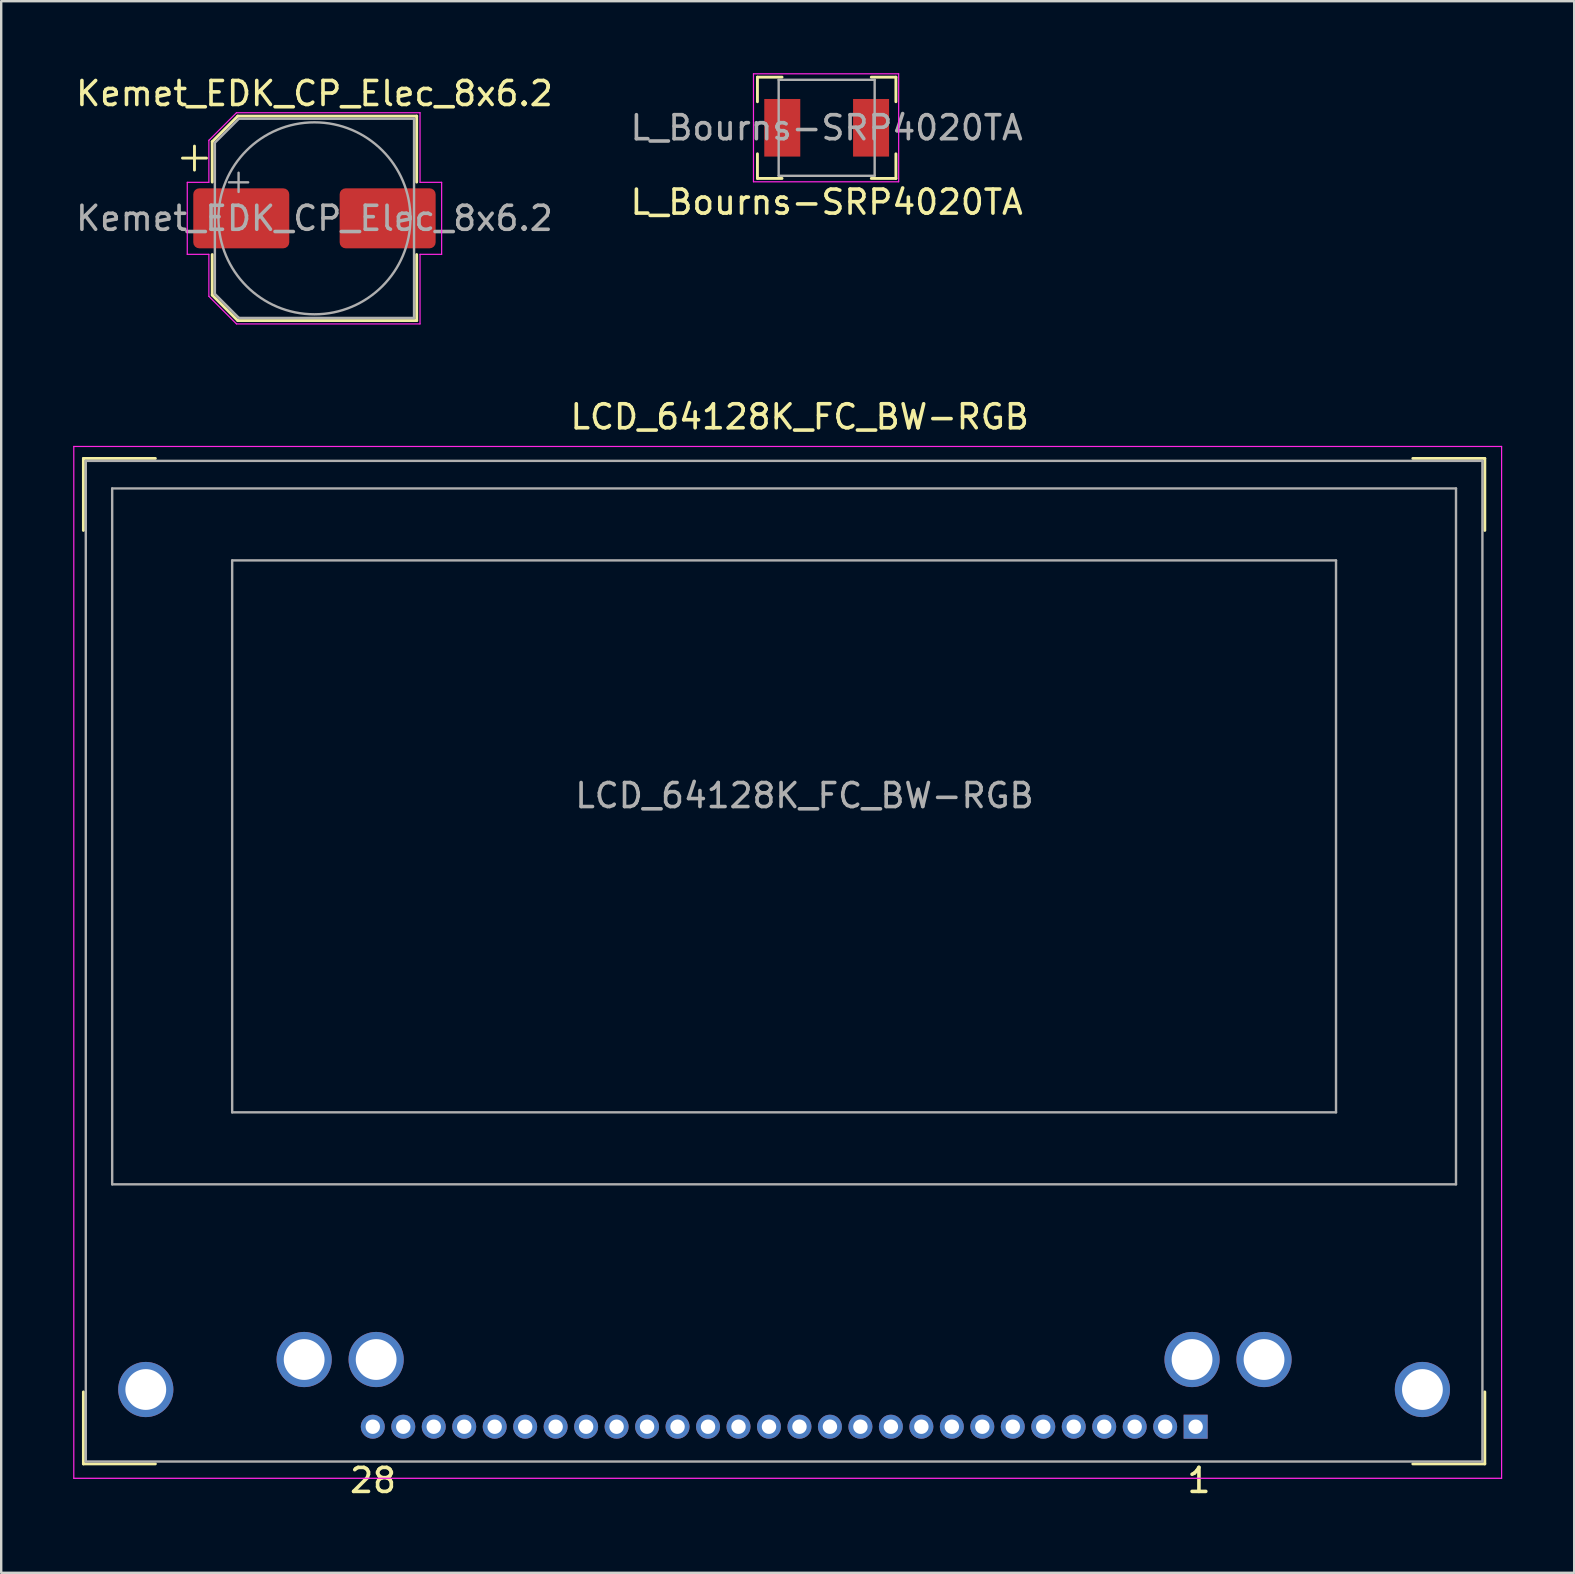
<source format=kicad_pcb>
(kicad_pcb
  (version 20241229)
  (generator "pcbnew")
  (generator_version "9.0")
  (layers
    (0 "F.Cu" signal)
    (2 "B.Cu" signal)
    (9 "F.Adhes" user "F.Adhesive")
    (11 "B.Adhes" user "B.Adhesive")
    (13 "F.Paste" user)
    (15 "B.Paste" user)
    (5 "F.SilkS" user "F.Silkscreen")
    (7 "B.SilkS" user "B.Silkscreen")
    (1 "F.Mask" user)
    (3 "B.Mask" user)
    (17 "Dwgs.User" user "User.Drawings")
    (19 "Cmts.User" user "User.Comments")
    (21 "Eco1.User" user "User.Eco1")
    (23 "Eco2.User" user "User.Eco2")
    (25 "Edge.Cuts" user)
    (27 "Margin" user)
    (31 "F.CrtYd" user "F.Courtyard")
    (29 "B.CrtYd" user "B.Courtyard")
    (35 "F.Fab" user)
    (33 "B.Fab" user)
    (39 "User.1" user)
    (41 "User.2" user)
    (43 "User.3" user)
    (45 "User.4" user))
  (footprint "L_Bourns-SRP4020TA"
    (layer "F.Cu")
    (at 31.399 2.275)
    (property "Reference" "L_Bourns-SRP4020TA" (at 0 3.1 0) (layer "F.SilkS") (effects (font (size 1 1) (thickness 0.15))))
    (attr smd)
    (fp_line (start -2.885 -2.11) (end -2.885 -1.085) (stroke (width 0.12) (type solid)) (layer "F.SilkS"))
    (fp_line (start -2.885 -2.11) (end -1.86 -2.11) (stroke (width 0.12) (type solid)) (layer "F.SilkS"))
    (fp_line (start -2.885 2.11) (end -2.885 1.085) (stroke (width 0.12) (type solid)) (layer "F.SilkS"))
    (fp_line (start -2.885 2.11) (end -1.86 2.11) (stroke (width 0.12) (type solid)) (layer "F.SilkS"))
    (fp_line (start 2.885 -2.11) (end 1.86 -2.11) (stroke (width 0.12) (type solid)) (layer "F.SilkS"))
    (fp_line (start 2.885 -2.11) (end 2.885 -1.085) (stroke (width 0.12) (type solid)) (layer "F.SilkS"))
    (fp_line (start 2.885 2.11) (end 1.86 2.11) (stroke (width 0.12) (type solid)) (layer "F.SilkS"))
    (fp_line (start 2.885 2.11) (end 2.885 1.085) (stroke (width 0.12) (type solid)) (layer "F.SilkS"))
    (fp_line (start -3.05 -2.25) (end -3.05 2.25) (stroke (width 0.05) (type solid)) (layer "F.CrtYd"))
    (fp_line (start -3.05 -2.25) (end 3 -2.25) (stroke (width 0.05) (type solid)) (layer "F.CrtYd"))
    (fp_line (start -3.05 2.25) (end 3 2.25) (stroke (width 0.05) (type solid)) (layer "F.CrtYd"))
    (fp_line (start 3 -2.25) (end 3 2.25) (stroke (width 0.05) (type solid)) (layer "F.CrtYd"))
    (fp_line (start -2 -2) (end -2 2) (stroke (width 0.1) (type solid)) (layer "F.Fab"))
    (fp_line (start -2 -2) (end 2 -2) (stroke (width 0.1) (type solid)) (layer "F.Fab"))
    (fp_line (start 2 -2) (end 2 2) (stroke (width 0.1) (type solid)) (layer "F.Fab"))
    (fp_line (start 2 2) (end -2 2) (stroke (width 0.1) (type solid)) (layer "F.Fab"))
    (fp_text user "${REFERENCE}" (at 0 0 0) (layer "F.Fab") (effects (font (size 1 1) (thickness 0.15))))
    (pad "1" smd rect (at -1.85 0) (size 1.5 2.4) (layers "F.Cu" "F.Mask" "F.Paste"))
    (pad "2" smd rect (at 1.85 0) (size 1.5 2.4) (layers "F.Cu" "F.Mask" "F.Paste")))
  (footprint "Kemet_EDK_CP_Elec_8x6.2"
    (layer "F.Cu")
    (at 10.054 6.048)
    (property "Reference" "Kemet_EDK_CP_Elec_8x6.2" (at 0 -5.2 0) (layer "F.SilkS") (effects (font (size 1 1) (thickness 0.15))))
    (attr smd)
    (fp_line (start -5.5 -2.51) (end -4.5 -2.51) (stroke (width 0.12) (type solid)) (layer "F.SilkS"))
    (fp_line (start -5 -3.01) (end -5 -2.01) (stroke (width 0.12) (type solid)) (layer "F.SilkS"))
    (fp_line (start -4.26 -3.196) (end -4.26 -1.51) (stroke (width 0.12) (type solid)) (layer "F.SilkS"))
    (fp_line (start -4.26 -3.196) (end -3.196 -4.26) (stroke (width 0.12) (type solid)) (layer "F.SilkS"))
    (fp_line (start -4.26 3.196) (end -4.26 1.51) (stroke (width 0.12) (type solid)) (layer "F.SilkS"))
    (fp_line (start -4.26 3.196) (end -3.196 4.26) (stroke (width 0.12) (type solid)) (layer "F.SilkS"))
    (fp_line (start -3.196 -4.26) (end 4.26 -4.26) (stroke (width 0.12) (type solid)) (layer "F.SilkS"))
    (fp_line (start -3.196 4.26) (end 4.26 4.26) (stroke (width 0.12) (type solid)) (layer "F.SilkS"))
    (fp_line (start 4.26 -4.26) (end 4.26 -1.51) (stroke (width 0.12) (type solid)) (layer "F.SilkS"))
    (fp_line (start 4.26 4.26) (end 4.26 1.51) (stroke (width 0.12) (type solid)) (layer "F.SilkS"))
    (fp_line (start -5.3 -1.5) (end -5.3 1.5) (stroke (width 0.05) (type solid)) (layer "F.CrtYd"))
    (fp_line (start -5.3 1.5) (end -4.4 1.5) (stroke (width 0.05) (type solid)) (layer "F.CrtYd"))
    (fp_line (start -4.4 -3.25) (end -4.4 -1.5) (stroke (width 0.05) (type solid)) (layer "F.CrtYd"))
    (fp_line (start -4.4 -3.25) (end -3.25 -4.4) (stroke (width 0.05) (type solid)) (layer "F.CrtYd"))
    (fp_line (start -4.4 -1.5) (end -5.3 -1.5) (stroke (width 0.05) (type solid)) (layer "F.CrtYd"))
    (fp_line (start -4.4 1.5) (end -4.4 3.25) (stroke (width 0.05) (type solid)) (layer "F.CrtYd"))
    (fp_line (start -4.4 3.25) (end -3.25 4.4) (stroke (width 0.05) (type solid)) (layer "F.CrtYd"))
    (fp_line (start -3.25 -4.4) (end 4.4 -4.4) (stroke (width 0.05) (type solid)) (layer "F.CrtYd"))
    (fp_line (start -3.25 4.4) (end 4.4 4.4) (stroke (width 0.05) (type solid)) (layer "F.CrtYd"))
    (fp_line (start 4.4 -4.4) (end 4.4 -1.5) (stroke (width 0.05) (type solid)) (layer "F.CrtYd"))
    (fp_line (start 4.4 -1.5) (end 5.3 -1.5) (stroke (width 0.05) (type solid)) (layer "F.CrtYd"))
    (fp_line (start 4.4 1.5) (end 4.4 4.4) (stroke (width 0.05) (type solid)) (layer "F.CrtYd"))
    (fp_line (start 5.3 -1.5) (end 5.3 1.5) (stroke (width 0.05) (type solid)) (layer "F.CrtYd"))
    (fp_line (start 5.3 1.5) (end 4.4 1.5) (stroke (width 0.05) (type solid)) (layer "F.CrtYd"))
    (fp_line (start -4.15 -3.15) (end -4.15 3.15) (stroke (width 0.1) (type solid)) (layer "F.Fab"))
    (fp_line (start -4.15 -3.15) (end -3.15 -4.15) (stroke (width 0.1) (type solid)) (layer "F.Fab"))
    (fp_line (start -4.15 3.15) (end -3.15 4.15) (stroke (width 0.1) (type solid)) (layer "F.Fab"))
    (fp_line (start -3.562 -1.5) (end -2.762 -1.5) (stroke (width 0.1) (type solid)) (layer "F.Fab"))
    (fp_line (start -3.162 -1.9) (end -3.162 -1.1) (stroke (width 0.1) (type solid)) (layer "F.Fab"))
    (fp_line (start -3.15 -4.15) (end 4.15 -4.15) (stroke (width 0.1) (type solid)) (layer "F.Fab"))
    (fp_line (start -3.15 4.15) (end 4.15 4.15) (stroke (width 0.1) (type solid)) (layer "F.Fab"))
    (fp_line (start 4.15 -4.15) (end 4.15 4.15) (stroke (width 0.1) (type solid)) (layer "F.Fab"))
    (fp_circle (center 0 0) (end 4 0) (stroke (width 0.1) (type solid)) (fill no) (layer "F.Fab"))
    (fp_text user "${REFERENCE}" (at 0 0 0) (layer "F.Fab") (effects (font (size 1 1) (thickness 0.15))))
    (pad "1" smd roundrect (at -3.05 0) (size 4 2.5) (layers "F.Cu" "F.Mask" "F.Paste") (roundrect_rratio 0.1))
    (pad "2" smd roundrect (at 3.05 0) (size 4 2.5) (layers "F.Cu" "F.Mask" "F.Paste") (roundrect_rratio 0.1)))
  (footprint "LCD_64128K_FC_BW-RGB"
    (layer "F.Cu")
    (at 30.275 37.054)
    (property "Reference" "LCD_64128K_FC_BW-RGB" (at 0 -22.733 0) (layer "F.SilkS") (effects (font (size 1 1) (thickness 0.15))))
    (attr through_hole)
    (fp_line (start -29.85 -21) (end -29.85 -18) (stroke (width 0.12) (type solid)) (layer "F.SilkS"))
    (fp_line (start -29.85 -21) (end -26.85 -21) (stroke (width 0.12) (type solid)) (layer "F.SilkS"))
    (fp_line (start -29.85 20.9) (end -29.85 17.9) (stroke (width 0.12) (type solid)) (layer "F.SilkS"))
    (fp_line (start -29.85 20.9) (end -26.85 20.9) (stroke (width 0.12) (type solid)) (layer "F.SilkS"))
    (fp_line (start 28.55 -21) (end 25.55 -21) (stroke (width 0.12) (type solid)) (layer "F.SilkS"))
    (fp_line (start 28.55 -21) (end 28.55 -18) (stroke (width 0.12) (type solid)) (layer "F.SilkS"))
    (fp_line (start 28.55 20.9) (end 25.55 20.9) (stroke (width 0.12) (type solid)) (layer "F.SilkS"))
    (fp_line (start 28.55 20.9) (end 28.55 17.9) (stroke (width 0.12) (type solid)) (layer "F.SilkS"))
    (fp_line (start -30.25 -21.5) (end -30.25 21.5) (stroke (width 0.05) (type solid)) (layer "F.CrtYd"))
    (fp_line (start -30.25 21.5) (end 29.25 21.5) (stroke (width 0.05) (type solid)) (layer "F.CrtYd"))
    (fp_line (start 29.25 -21.5) (end -30.25 -21.5) (stroke (width 0.05) (type solid)) (layer "F.CrtYd"))
    (fp_line (start 29.25 21.5) (end 29.25 -21.5) (stroke (width 0.05) (type solid)) (layer "F.CrtYd"))
    (fp_line (start -29.75 -20.9) (end 28.45 -20.9) (stroke (width 0.1) (type solid)) (layer "F.Fab"))
    (fp_line (start -29.75 20.8) (end -29.75 -20.9) (stroke (width 0.1) (type solid)) (layer "F.Fab"))
    (fp_line (start -28.65 -19.75) (end -28.65 9.25) (stroke (width 0.1) (type solid)) (layer "F.Fab"))
    (fp_line (start -28.65 9.25) (end 27.35 9.25) (stroke (width 0.1) (type solid)) (layer "F.Fab"))
    (fp_line (start -23.65 -16.75) (end -23.65 6.25) (stroke (width 0.1) (type solid)) (layer "F.Fab"))
    (fp_line (start -23.65 6.25) (end 22.35 6.25) (stroke (width 0.1) (type solid)) (layer "F.Fab"))
    (fp_line (start 22.35 -16.75) (end -23.65 -16.75) (stroke (width 0.1) (type solid)) (layer "F.Fab"))
    (fp_line (start 22.35 6.25) (end 22.35 -16.75) (stroke (width 0.1) (type solid)) (layer "F.Fab"))
    (fp_line (start 27.35 -19.75) (end -28.65 -19.75) (stroke (width 0.1) (type solid)) (layer "F.Fab"))
    (fp_line (start 27.35 9.25) (end 27.35 -19.75) (stroke (width 0.1) (type solid)) (layer "F.Fab"))
    (fp_line (start 28.45 -20.9) (end 28.45 20.8) (stroke (width 0.1) (type solid)) (layer "F.Fab"))
    (fp_line (start 28.45 20.8) (end -29.75 20.8) (stroke (width 0.1) (type solid)) (layer "F.Fab"))
    (fp_text user "1" (at 16.637 21.59 0) (layer "F.SilkS") (effects (font (size 1 1) (thickness 0.15))))
    (fp_text user "28" (at -17.78 21.59 0) (layer "F.SilkS") (effects (font (size 1 1) (thickness 0.15))))
    (fp_text user "${REFERENCE}" (at 0.2 -6.95 0) (layer "F.Fab") (effects (font (size 1 1) (thickness 0.15))))
    (pad "" np_thru_hole circle (at -27.25 17.8) (size 2.3 2.3) (drill 1.7) (layers "*.Cu" "*.Mask"))
    (pad "" np_thru_hole circle (at 25.95 17.8) (size 2.3 2.3) (drill 1.7) (layers "*.Cu" "*.Mask"))
    (pad "1" thru_hole rect (at 16.5 19.35) (size 1 1) (drill 0.6) (layers "*.Cu" "*.Mask"))
    (pad "2" thru_hole circle (at 15.23 19.35) (size 1 1) (drill 0.6) (layers "*.Cu" "*.Mask"))
    (pad "3" thru_hole circle (at 13.96 19.35) (size 1 1) (drill 0.6) (layers "*.Cu" "*.Mask"))
    (pad "4" thru_hole circle (at 12.69 19.35) (size 1 1) (drill 0.6) (layers "*.Cu" "*.Mask"))
    (pad "5" thru_hole circle (at 11.42 19.35) (size 1 1) (drill 0.6) (layers "*.Cu" "*.Mask"))
    (pad "6" thru_hole circle (at 10.15 19.35) (size 1 1) (drill 0.6) (layers "*.Cu" "*.Mask"))
    (pad "7" thru_hole circle (at 8.88 19.35) (size 1 1) (drill 0.6) (layers "*.Cu" "*.Mask"))
    (pad "8" thru_hole circle (at 7.61 19.35) (size 1 1) (drill 0.6) (layers "*.Cu" "*.Mask"))
    (pad "9" thru_hole circle (at 6.34 19.35) (size 1 1) (drill 0.6) (layers "*.Cu" "*.Mask"))
    (pad "10" thru_hole circle (at 5.07 19.35) (size 1 1) (drill 0.6) (layers "*.Cu" "*.Mask"))
    (pad "11" thru_hole circle (at 3.8 19.35) (size 1 1) (drill 0.6) (layers "*.Cu" "*.Mask"))
    (pad "12" thru_hole circle (at 2.53 19.35) (size 1 1) (drill 0.6) (layers "*.Cu" "*.Mask"))
    (pad "13" thru_hole circle (at 1.26 19.35) (size 1 1) (drill 0.6) (layers "*.Cu" "*.Mask"))
    (pad "14" thru_hole circle (at -0.01 19.35) (size 1 1) (drill 0.6) (layers "*.Cu" "*.Mask"))
    (pad "15" thru_hole circle (at -1.28 19.35) (size 1 1) (drill 0.6) (layers "*.Cu" "*.Mask"))
    (pad "16" thru_hole circle (at -2.55 19.35) (size 1 1) (drill 0.6) (layers "*.Cu" "*.Mask"))
    (pad "17" thru_hole circle (at -3.82 19.35) (size 1 1) (drill 0.6) (layers "*.Cu" "*.Mask"))
    (pad "18" thru_hole circle (at -5.09 19.35) (size 1 1) (drill 0.6) (layers "*.Cu" "*.Mask"))
    (pad "19" thru_hole circle (at -6.36 19.35) (size 1 1) (drill 0.6) (layers "*.Cu" "*.Mask"))
    (pad "20" thru_hole circle (at -7.63 19.35) (size 1 1) (drill 0.6) (layers "*.Cu" "*.Mask"))
    (pad "21" thru_hole circle (at -8.9 19.35) (size 1 1) (drill 0.6) (layers "*.Cu" "*.Mask"))
    (pad "22" thru_hole circle (at -10.17 19.35) (size 1 1) (drill 0.6) (layers "*.Cu" "*.Mask"))
    (pad "23" thru_hole circle (at -11.44 19.35) (size 1 1) (drill 0.6) (layers "*.Cu" "*.Mask"))
    (pad "24" thru_hole circle (at -12.71 19.35) (size 1 1) (drill 0.6) (layers "*.Cu" "*.Mask"))
    (pad "25" thru_hole circle (at -13.98 19.35) (size 1 1) (drill 0.6) (layers "*.Cu" "*.Mask"))
    (pad "26" thru_hole circle (at -15.25 19.35) (size 1 1) (drill 0.6) (layers "*.Cu" "*.Mask"))
    (pad "27" thru_hole circle (at -16.52 19.35) (size 1 1) (drill 0.6) (layers "*.Cu" "*.Mask"))
    (pad "28" thru_hole circle (at -17.79 19.35) (size 1 1) (drill 0.6) (layers "*.Cu" "*.Mask"))
    (pad "29" thru_hole circle (at -20.65 16.55) (size 2.3 2.3) (drill 1.7) (layers "*.Cu" "*.Mask"))
    (pad "30" thru_hole circle (at -17.65 16.55) (size 2.3 2.3) (drill 1.7) (layers "*.Cu" "*.Mask"))
    (pad "31" thru_hole circle (at 16.35 16.55) (size 2.3 2.3) (drill 1.7) (layers "*.Cu" "*.Mask"))
    (pad "32" thru_hole circle (at 19.35 16.55) (size 2.3 2.3) (drill 1.7) (layers "*.Cu" "*.Mask")))
  (gr_rect
    (start -3 -3)
    (end 62.55 62.493)
    (stroke (width 0.1) (type default))
    (fill no)
    (layer "Edge.Cuts")))
</source>
